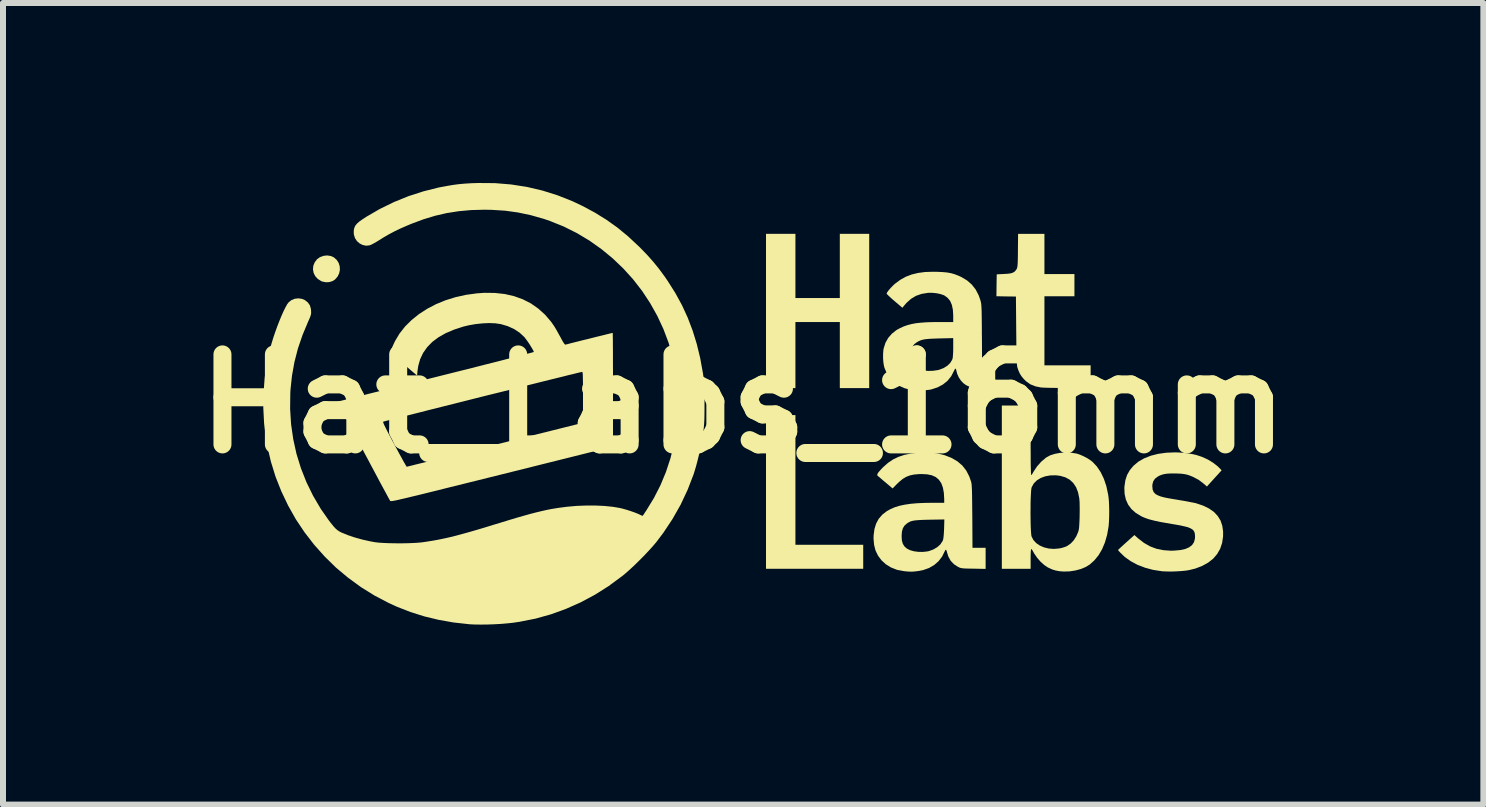
<source format=kicad_pcb>
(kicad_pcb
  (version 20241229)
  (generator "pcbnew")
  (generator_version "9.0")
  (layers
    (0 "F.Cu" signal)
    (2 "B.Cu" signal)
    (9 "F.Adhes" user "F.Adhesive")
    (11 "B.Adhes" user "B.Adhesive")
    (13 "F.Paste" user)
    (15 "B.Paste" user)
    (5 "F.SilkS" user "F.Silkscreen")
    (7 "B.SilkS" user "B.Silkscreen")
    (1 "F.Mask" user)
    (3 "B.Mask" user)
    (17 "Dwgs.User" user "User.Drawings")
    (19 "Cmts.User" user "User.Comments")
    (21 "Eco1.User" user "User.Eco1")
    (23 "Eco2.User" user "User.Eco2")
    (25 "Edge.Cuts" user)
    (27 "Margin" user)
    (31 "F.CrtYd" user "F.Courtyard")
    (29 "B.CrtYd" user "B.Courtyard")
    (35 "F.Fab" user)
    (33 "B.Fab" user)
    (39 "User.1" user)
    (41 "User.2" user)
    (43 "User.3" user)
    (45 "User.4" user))
  (footprint "Hat_Labs_16mm"
    (layer "F.Cu")
    (at 9.336 3.678)
    (property "Reference" "Hat_Labs_16mm" (at 0 0 0) (layer "F.SilkS") (effects (font (size 1.5 1.5) (thickness 0.3))))
    (attr board_only exclude_from_pos_files exclude_from_bom)
    (fp_poly (pts (xy 0.87 1.27) (xy 0.87 2.351) (xy 1.435 2.351) (xy 2 2.351) (xy 2 2.551) (xy 2 2.751) (xy 1.19 2.751) (xy 0.38 2.751) (xy 0.38 1.471) (xy 0.38 0.19) (xy 0.625 0.19) (xy 0.87 0.19)) (stroke (width 0) (type solid)) (fill yes) (layer "F.SilkS"))
    (fp_poly (pts (xy -6.874 -2.462) (xy -6.821 -2.438) (xy -6.773 -2.395) (xy -6.741 -2.344) (xy -6.724 -2.287) (xy -6.722 -2.227) (xy -6.735 -2.169) (xy -6.762 -2.116) (xy -6.803 -2.07) (xy -6.844 -2.044) (xy -6.896 -2.027) (xy -6.954 -2.024) (xy -7.012 -2.035) (xy -7.035 -2.044) (xy -7.092 -2.081) (xy -7.134 -2.128) (xy -7.16 -2.182) (xy -7.17 -2.241) (xy -7.164 -2.301) (xy -7.14 -2.358) (xy -7.102 -2.408) (xy -7.053 -2.443) (xy -6.996 -2.464) (xy -6.934 -2.471)) (stroke (width 0) (type solid)) (fill yes) (layer "F.SilkS"))
    (fp_poly (pts (xy 0.87 -2.296) (xy 0.87 -1.761) (xy 1.24 -1.761) (xy 1.61 -1.761) (xy 1.61 -2.296) (xy 1.61 -2.831) (xy 1.855 -2.831) (xy 2.1 -2.831) (xy 2.1 -1.546) (xy 2.1 -0.26) (xy 1.855 -0.26) (xy 1.61 -0.26) (xy 1.61 -0.81) (xy 1.61 -1.361) (xy 1.24 -1.361) (xy 0.87 -1.361) (xy 0.87 -0.81) (xy 0.87 -0.26) (xy 0.625 -0.26) (xy 0.38 -0.26) (xy 0.38 -1.546) (xy 0.38 -2.831) (xy 0.625 -2.831) (xy 0.87 -2.831)) (stroke (width 0) (type solid)) (fill yes) (layer "F.SilkS"))
    (fp_poly (pts (xy 5.02 -2.496) (xy 5.02 -2.161) (xy 5.27 -2.161) (xy 5.52 -2.161) (xy 5.52 -1.976) (xy 5.52 -1.791) (xy 5.27 -1.791) (xy 5.02 -1.791) (xy 5.02 -1.215) (xy 5.02 -0.64) (xy 5.405 -0.64) (xy 5.79 -0.64) (xy 5.79 -0.45) (xy 5.79 -0.26) (xy 5.407 -0.261) (xy 5.319 -0.262) (xy 5.234 -0.263) (xy 5.156 -0.264) (xy 5.087 -0.265) (xy 5.029 -0.267) (xy 4.986 -0.269) (xy 4.961 -0.271) (xy 4.96 -0.271) (xy 4.867 -0.29) (xy 4.786 -0.323) (xy 4.716 -0.372) (xy 4.675 -0.412) (xy 4.638 -0.457) (xy 4.61 -0.502) (xy 4.587 -0.553) (xy 4.574 -0.59) (xy 4.57 -0.603) (xy 4.566 -0.618) (xy 4.564 -0.637) (xy 4.561 -0.661) (xy 4.559 -0.692) (xy 4.557 -0.732) (xy 4.556 -0.782) (xy 4.554 -0.844) (xy 4.553 -0.919) (xy 4.552 -1.01) (xy 4.551 -1.118) (xy 4.55 -1.215) (xy 4.545 -1.786) (xy 4.382 -1.788) (xy 4.22 -1.791) (xy 4.222 -1.974) (xy 4.225 -2.156) (xy 4.346 -2.162) (xy 4.412 -2.166) (xy 4.461 -2.173) (xy 4.497 -2.185) (xy 4.524 -2.202) (xy 4.545 -2.226) (xy 4.555 -2.241) (xy 4.561 -2.253) (xy 4.565 -2.266) (xy 4.569 -2.283) (xy 4.572 -2.307) (xy 4.574 -2.34) (xy 4.576 -2.384) (xy 4.577 -2.443) (xy 4.578 -2.517) (xy 4.578 -2.554) (xy 4.581 -2.831) (xy 4.801 -2.831) (xy 5.02 -2.831)) (stroke (width 0) (type solid)) (fill yes) (layer "F.SilkS"))
    (fp_poly (pts (xy 4.79 0.61) (xy 4.79 0.734) (xy 4.791 0.846) (xy 4.791 0.944) (xy 4.792 1.026) (xy 4.794 1.094) (xy 4.795 1.144) (xy 4.797 1.176) (xy 4.799 1.19) (xy 4.799 1.19) (xy 4.809 1.182) (xy 4.823 1.161) (xy 4.84 1.131) (xy 4.896 1.046) (xy 4.967 0.966) (xy 5.048 0.898) (xy 5.056 0.893) (xy 5.117 0.86) (xy 5.192 0.836) (xy 5.277 0.82) (xy 5.367 0.813) (xy 5.459 0.816) (xy 5.546 0.829) (xy 5.557 0.831) (xy 5.612 0.849) (xy 5.675 0.877) (xy 5.738 0.91) (xy 5.792 0.946) (xy 5.818 0.966) (xy 5.893 1.045) (xy 5.957 1.14) (xy 6.01 1.25) (xy 6.052 1.374) (xy 6.081 1.51) (xy 6.089 1.566) (xy 6.095 1.629) (xy 6.098 1.706) (xy 6.1 1.791) (xy 6.099 1.877) (xy 6.096 1.957) (xy 6.091 2.026) (xy 6.089 2.046) (xy 6.065 2.184) (xy 6.029 2.31) (xy 5.981 2.425) (xy 5.922 2.525) (xy 5.853 2.61) (xy 5.775 2.68) (xy 5.711 2.72) (xy 5.63 2.754) (xy 5.538 2.779) (xy 5.441 2.794) (xy 5.344 2.797) (xy 5.265 2.791) (xy 5.204 2.779) (xy 5.152 2.763) (xy 5.099 2.739) (xy 5.079 2.73) (xy 5.018 2.689) (xy 4.956 2.634) (xy 4.899 2.568) (xy 4.85 2.497) (xy 4.831 2.463) (xy 4.817 2.438) (xy 4.804 2.423) (xy 4.8 2.421) (xy 4.796 2.431) (xy 4.793 2.458) (xy 4.791 2.502) (xy 4.79 2.56) (xy 4.79 2.586) (xy 4.79 2.751) (xy 4.55 2.751) (xy 4.31 2.751) (xy 4.31 1.824) (xy 4.788 1.824) (xy 4.789 1.906) (xy 4.79 1.984) (xy 4.792 2.056) (xy 4.795 2.118) (xy 4.799 2.168) (xy 4.803 2.202) (xy 4.806 2.213) (xy 4.836 2.272) (xy 4.882 2.322) (xy 4.941 2.363) (xy 5.012 2.394) (xy 5.09 2.413) (xy 5.173 2.42) (xy 5.26 2.413) (xy 5.298 2.406) (xy 5.338 2.395) (xy 5.378 2.381) (xy 5.399 2.371) (xy 5.456 2.332) (xy 5.508 2.277) (xy 5.551 2.21) (xy 5.583 2.136) (xy 5.59 2.11) (xy 5.596 2.079) (xy 5.6 2.032) (xy 5.603 1.973) (xy 5.606 1.907) (xy 5.607 1.836) (xy 5.608 1.765) (xy 5.607 1.698) (xy 5.606 1.639) (xy 5.602 1.592) (xy 5.601 1.577) (xy 5.58 1.476) (xy 5.547 1.391) (xy 5.5 1.321) (xy 5.441 1.266) (xy 5.369 1.227) (xy 5.283 1.202) (xy 5.21 1.193) (xy 5.118 1.195) (xy 5.033 1.21) (xy 4.958 1.238) (xy 4.894 1.277) (xy 4.844 1.327) (xy 4.81 1.387) (xy 4.806 1.398) (xy 4.801 1.423) (xy 4.797 1.464) (xy 4.794 1.52) (xy 4.791 1.587) (xy 4.789 1.662) (xy 4.789 1.742) (xy 4.788 1.824) (xy 4.31 1.824) (xy 4.31 1.391) (xy 4.31 0.03) (xy 4.55 0.03) (xy 4.79 0.03)) (stroke (width 0) (type solid)) (fill yes) (layer "F.SilkS"))
    (fp_poly (pts (xy 7.197 0.811) (xy 7.264 0.813) (xy 7.34 0.82) (xy 7.419 0.829) (xy 7.492 0.841) (xy 7.552 0.855) (xy 7.553 0.855) (xy 7.649 0.887) (xy 7.743 0.93) (xy 7.83 0.983) (xy 7.904 1.04) (xy 7.929 1.064) (xy 7.973 1.11) (xy 7.934 1.153) (xy 7.912 1.178) (xy 7.88 1.212) (xy 7.844 1.252) (xy 7.811 1.288) (xy 7.728 1.38) (xy 7.677 1.335) (xy 7.592 1.27) (xy 7.493 1.218) (xy 7.431 1.193) (xy 7.391 1.181) (xy 7.351 1.173) (xy 7.306 1.167) (xy 7.249 1.164) (xy 7.226 1.163) (xy 7.135 1.162) (xy 7.06 1.166) (xy 6.998 1.177) (xy 6.946 1.195) (xy 6.909 1.214) (xy 6.862 1.25) (xy 6.833 1.294) (xy 6.819 1.348) (xy 6.818 1.373) (xy 6.823 1.431) (xy 6.841 1.474) (xy 6.873 1.507) (xy 6.904 1.524) (xy 6.927 1.534) (xy 6.95 1.543) (xy 6.976 1.551) (xy 7.007 1.559) (xy 7.046 1.568) (xy 7.095 1.577) (xy 7.158 1.588) (xy 7.237 1.601) (xy 7.265 1.606) (xy 7.334 1.617) (xy 7.4 1.629) (xy 7.459 1.641) (xy 7.508 1.65) (xy 7.543 1.658) (xy 7.55 1.66) (xy 7.666 1.699) (xy 7.764 1.747) (xy 7.845 1.804) (xy 7.908 1.871) (xy 7.955 1.948) (xy 7.984 2.034) (xy 7.998 2.132) (xy 7.997 2.214) (xy 7.981 2.321) (xy 7.948 2.419) (xy 7.898 2.506) (xy 7.832 2.583) (xy 7.749 2.648) (xy 7.65 2.703) (xy 7.536 2.747) (xy 7.435 2.772) (xy 7.376 2.782) (xy 7.302 2.789) (xy 7.221 2.794) (xy 7.137 2.797) (xy 7.058 2.796) (xy 6.988 2.793) (xy 6.972 2.791) (xy 6.83 2.769) (xy 6.696 2.733) (xy 6.571 2.685) (xy 6.459 2.625) (xy 6.36 2.555) (xy 6.28 2.478) (xy 6.245 2.438) (xy 6.31 2.378) (xy 6.349 2.342) (xy 6.395 2.301) (xy 6.438 2.262) (xy 6.447 2.254) (xy 6.52 2.189) (xy 6.581 2.244) (xy 6.678 2.319) (xy 6.779 2.377) (xy 6.886 2.417) (xy 7.002 2.441) (xy 7.128 2.45) (xy 7.185 2.448) (xy 7.285 2.439) (xy 7.367 2.421) (xy 7.432 2.393) (xy 7.481 2.355) (xy 7.513 2.307) (xy 7.528 2.249) (xy 7.53 2.218) (xy 7.528 2.179) (xy 7.522 2.146) (xy 7.509 2.119) (xy 7.487 2.096) (xy 7.455 2.077) (xy 7.412 2.059) (xy 7.354 2.044) (xy 7.281 2.028) (xy 7.191 2.012) (xy 7.153 2.006) (xy 7.044 1.987) (xy 6.953 1.971) (xy 6.876 1.955) (xy 6.811 1.939) (xy 6.755 1.924) (xy 6.707 1.907) (xy 6.662 1.889) (xy 6.633 1.875) (xy 6.544 1.821) (xy 6.471 1.757) (xy 6.415 1.682) (xy 6.377 1.597) (xy 6.356 1.503) (xy 6.352 1.398) (xy 6.354 1.376) (xy 6.369 1.275) (xy 6.398 1.186) (xy 6.444 1.106) (xy 6.507 1.031) (xy 6.509 1.03) (xy 6.588 0.964) (xy 6.683 0.91) (xy 6.792 0.867) (xy 6.914 0.836) (xy 7.049 0.817) (xy 7.194 0.811)) (stroke (width 0) (type solid)) (fill yes) (layer "F.SilkS"))
    (fp_poly (pts (xy 3.232 0.827) (xy 3.353 0.857) (xy 3.469 0.902) (xy 3.479 0.907) (xy 3.572 0.962) (xy 3.652 1.031) (xy 3.717 1.114) (xy 3.767 1.211) (xy 3.797 1.296) (xy 3.801 1.311) (xy 3.804 1.329) (xy 3.807 1.352) (xy 3.809 1.382) (xy 3.811 1.419) (xy 3.813 1.467) (xy 3.814 1.526) (xy 3.815 1.599) (xy 3.816 1.686) (xy 3.817 1.791) (xy 3.818 1.878) (xy 3.821 2.401) (xy 3.931 2.401) (xy 4.04 2.401) (xy 4.04 2.577) (xy 4.04 2.753) (xy 3.837 2.749) (xy 3.769 2.748) (xy 3.716 2.747) (xy 3.678 2.745) (xy 3.649 2.742) (xy 3.627 2.738) (xy 3.608 2.732) (xy 3.59 2.724) (xy 3.58 2.719) (xy 3.512 2.675) (xy 3.457 2.617) (xy 3.418 2.546) (xy 3.399 2.484) (xy 3.389 2.449) (xy 3.38 2.434) (xy 3.37 2.437) (xy 3.359 2.458) (xy 3.315 2.547) (xy 3.256 2.624) (xy 3.183 2.688) (xy 3.097 2.738) (xy 2.998 2.773) (xy 2.928 2.787) (xy 2.866 2.795) (xy 2.813 2.799) (xy 2.76 2.798) (xy 2.7 2.793) (xy 2.676 2.79) (xy 2.565 2.769) (xy 2.465 2.73) (xy 2.377 2.676) (xy 2.303 2.608) (xy 2.246 2.531) (xy 2.205 2.446) (xy 2.181 2.352) (xy 2.172 2.246) (xy 2.173 2.209) (xy 2.64 2.209) (xy 2.644 2.278) (xy 2.659 2.332) (xy 2.684 2.375) (xy 2.722 2.41) (xy 2.726 2.413) (xy 2.778 2.44) (xy 2.844 2.459) (xy 2.917 2.469) (xy 2.994 2.47) (xy 3.068 2.462) (xy 3.095 2.456) (xy 3.17 2.429) (xy 3.235 2.39) (xy 3.287 2.343) (xy 3.323 2.288) (xy 3.33 2.271) (xy 3.335 2.248) (xy 3.34 2.209) (xy 3.344 2.158) (xy 3.347 2.1) (xy 3.348 2.082) (xy 3.352 1.929) (xy 3.109 1.933) (xy 3.02 1.935) (xy 2.949 1.938) (xy 2.893 1.942) (xy 2.848 1.947) (xy 2.811 1.955) (xy 2.781 1.965) (xy 2.755 1.979) (xy 2.728 1.996) (xy 2.723 2) (xy 2.685 2.035) (xy 2.66 2.078) (xy 2.645 2.133) (xy 2.64 2.203) (xy 2.64 2.209) (xy 2.173 2.209) (xy 2.173 2.196) (xy 2.187 2.09) (xy 2.215 1.998) (xy 2.259 1.917) (xy 2.32 1.847) (xy 2.397 1.788) (xy 2.456 1.756) (xy 2.525 1.726) (xy 2.602 1.702) (xy 2.69 1.683) (xy 2.791 1.668) (xy 2.905 1.658) (xy 3.036 1.653) (xy 3.178 1.651) (xy 3.35 1.651) (xy 3.35 1.593) (xy 3.344 1.487) (xy 3.328 1.398) (xy 3.301 1.325) (xy 3.261 1.267) (xy 3.21 1.223) (xy 3.144 1.193) (xy 3.065 1.177) (xy 2.97 1.172) (xy 2.934 1.173) (xy 2.849 1.18) (xy 2.778 1.195) (xy 2.716 1.219) (xy 2.658 1.254) (xy 2.599 1.303) (xy 2.557 1.343) (xy 2.49 1.412) (xy 2.374 1.314) (xy 2.332 1.279) (xy 2.295 1.247) (xy 2.266 1.222) (xy 2.247 1.207) (xy 2.242 1.203) (xy 2.234 1.191) (xy 2.236 1.173) (xy 2.25 1.148) (xy 2.278 1.115) (xy 2.319 1.071) (xy 2.335 1.055) (xy 2.413 0.986) (xy 2.496 0.93) (xy 2.586 0.886) (xy 2.686 0.853) (xy 2.799 0.83) (xy 2.927 0.816) (xy 2.96 0.814) (xy 3.101 0.813)) (stroke (width 0) (type solid)) (fill yes) (layer "F.SilkS"))
    (fp_poly (pts (xy 3.228 -2.198) (xy 3.32 -2.194) (xy 3.397 -2.187) (xy 3.464 -2.175) (xy 3.526 -2.157) (xy 3.588 -2.133) (xy 3.638 -2.11) (xy 3.731 -2.054) (xy 3.81 -1.985) (xy 3.874 -1.903) (xy 3.924 -1.807) (xy 3.951 -1.731) (xy 3.956 -1.713) (xy 3.96 -1.696) (xy 3.964 -1.678) (xy 3.967 -1.657) (xy 3.969 -1.63) (xy 3.971 -1.596) (xy 3.973 -1.554) (xy 3.974 -1.501) (xy 3.975 -1.435) (xy 3.976 -1.355) (xy 3.977 -1.259) (xy 3.977 -1.145) (xy 3.978 -1.138) (xy 3.981 -0.62) (xy 4.091 -0.62) (xy 4.2 -0.62) (xy 4.2 -0.439) (xy 4.2 -0.258) (xy 4.013 -0.263) (xy 3.931 -0.265) (xy 3.866 -0.269) (xy 3.814 -0.275) (xy 3.773 -0.284) (xy 3.738 -0.297) (xy 3.706 -0.315) (xy 3.675 -0.337) (xy 3.671 -0.34) (xy 3.63 -0.383) (xy 3.593 -0.438) (xy 3.566 -0.498) (xy 3.553 -0.549) (xy 3.546 -0.577) (xy 3.537 -0.586) (xy 3.526 -0.574) (xy 3.511 -0.544) (xy 3.466 -0.457) (xy 3.405 -0.382) (xy 3.33 -0.321) (xy 3.241 -0.273) (xy 3.141 -0.24) (xy 3.122 -0.235) (xy 3.069 -0.228) (xy 3.003 -0.223) (xy 2.933 -0.222) (xy 2.865 -0.224) (xy 2.807 -0.229) (xy 2.798 -0.23) (xy 2.692 -0.257) (xy 2.598 -0.299) (xy 2.516 -0.355) (xy 2.447 -0.425) (xy 2.393 -0.506) (xy 2.354 -0.598) (xy 2.345 -0.633) (xy 2.336 -0.69) (xy 2.331 -0.758) (xy 2.331 -0.812) (xy 2.8 -0.812) (xy 2.801 -0.761) (xy 2.805 -0.723) (xy 2.812 -0.694) (xy 2.82 -0.675) (xy 2.85 -0.632) (xy 2.895 -0.595) (xy 2.945 -0.57) (xy 3.009 -0.554) (xy 3.084 -0.546) (xy 3.164 -0.549) (xy 3.242 -0.56) (xy 3.27 -0.567) (xy 3.34 -0.594) (xy 3.401 -0.632) (xy 3.449 -0.678) (xy 3.481 -0.73) (xy 3.488 -0.749) (xy 3.493 -0.774) (xy 3.496 -0.814) (xy 3.499 -0.866) (xy 3.5 -0.925) (xy 3.5 -0.94) (xy 3.5 -1.093) (xy 3.272 -1.088) (xy 3.185 -1.085) (xy 3.114 -1.082) (xy 3.057 -1.077) (xy 3.012 -1.071) (xy 2.974 -1.062) (xy 2.942 -1.05) (xy 2.911 -1.035) (xy 2.892 -1.023) (xy 2.853 -0.994) (xy 2.826 -0.958) (xy 2.809 -0.913) (xy 2.801 -0.855) (xy 2.8 -0.812) (xy 2.331 -0.812) (xy 2.331 -0.828) (xy 2.336 -0.892) (xy 2.341 -0.922) (xy 2.37 -1.014) (xy 2.416 -1.096) (xy 2.479 -1.168) (xy 2.557 -1.229) (xy 2.612 -1.259) (xy 2.673 -1.287) (xy 2.736 -1.309) (xy 2.803 -1.327) (xy 2.876 -1.341) (xy 2.958 -1.35) (xy 3.053 -1.357) (xy 3.162 -1.36) (xy 3.262 -1.361) (xy 3.5 -1.361) (xy 3.5 -1.47) (xy 3.494 -1.567) (xy 3.477 -1.648) (xy 3.448 -1.714) (xy 3.406 -1.765) (xy 3.352 -1.804) (xy 3.336 -1.811) (xy 3.285 -1.828) (xy 3.222 -1.841) (xy 3.154 -1.848) (xy 3.09 -1.848) (xy 3.075 -1.847) (xy 2.972 -1.83) (xy 2.88 -1.798) (xy 2.797 -1.748) (xy 2.721 -1.68) (xy 2.684 -1.637) (xy 2.653 -1.599) (xy 2.521 -1.711) (xy 2.478 -1.748) (xy 2.441 -1.782) (xy 2.413 -1.809) (xy 2.395 -1.827) (xy 2.39 -1.834) (xy 2.397 -1.852) (xy 2.416 -1.88) (xy 2.444 -1.914) (xy 2.478 -1.95) (xy 2.514 -1.986) (xy 2.533 -2.002) (xy 2.618 -2.065) (xy 2.708 -2.115) (xy 2.806 -2.153) (xy 2.913 -2.179) (xy 3.032 -2.195) (xy 3.165 -2.199)) (stroke (width 0) (type solid)) (fill yes) (layer "F.SilkS"))
    (fp_poly (pts (xy -4.139 -1.846) (xy -3.974 -1.828) (xy -3.818 -1.792) (xy -3.673 -1.74) (xy -3.538 -1.671) (xy -3.415 -1.585) (xy -3.302 -1.483) (xy -3.201 -1.365) (xy -3.157 -1.302) (xy -3.138 -1.272) (xy -3.113 -1.23) (xy -3.085 -1.179) (xy -3.056 -1.127) (xy -3.048 -1.113) (xy -3.019 -1.059) (xy -2.997 -1.021) (xy -2.981 -0.998) (xy -2.97 -0.986) (xy -2.962 -0.985) (xy -2.947 -0.988) (xy -2.916 -0.996) (xy -2.872 -1.008) (xy -2.816 -1.022) (xy -2.752 -1.038) (xy -2.681 -1.056) (xy -2.606 -1.074) (xy -2.53 -1.093) (xy -2.456 -1.112) (xy -2.385 -1.129) (xy -2.32 -1.145) (xy -2.265 -1.159) (xy -2.22 -1.17) (xy -2.19 -1.177) (xy -2.176 -1.18) (xy -2.175 -1.18) (xy -2.174 -1.171) (xy -2.174 -1.142) (xy -2.173 -1.097) (xy -2.172 -1.035) (xy -2.172 -0.959) (xy -2.171 -0.87) (xy -2.171 -0.769) (xy -2.171 -0.658) (xy -2.17 -0.537) (xy -2.17 -0.409) (xy -2.17 -0.275) (xy -2.17 -0.233) (xy -2.17 0.715) (xy -4.021 1.177) (xy -4.243 1.232) (xy -4.447 1.283) (xy -4.633 1.329) (xy -4.803 1.371) (xy -4.956 1.409) (xy -5.094 1.444) (xy -5.217 1.474) (xy -5.326 1.501) (xy -5.423 1.525) (xy -5.508 1.545) (xy -5.581 1.563) (xy -5.644 1.578) (xy -5.698 1.59) (xy -5.742 1.601) (xy -5.779 1.609) (xy -5.808 1.615) (xy -5.832 1.619) (xy -5.849 1.622) (xy -5.862 1.623) (xy -5.871 1.623) (xy -5.877 1.622) (xy -5.881 1.621) (xy -5.883 1.619) (xy -5.885 1.617) (xy -5.895 1.599) (xy -5.913 1.567) (xy -5.938 1.52) (xy -5.97 1.461) (xy -6.008 1.391) (xy -6.051 1.312) (xy -6.097 1.225) (xy -6.147 1.131) (xy -6.2 1.032) (xy -6.254 0.93) (xy -6.31 0.826) (xy -6.365 0.721) (xy -6.42 0.618) (xy -6.474 0.517) (xy -6.525 0.42) (xy -6.573 0.328) (xy -6.585 0.307) (xy -6.001 0.307) (xy -5.996 0.323) (xy -5.985 0.35) (xy -5.966 0.389) (xy -5.94 0.441) (xy -5.906 0.507) (xy -5.863 0.588) (xy -5.814 0.679) (xy -5.772 0.758) (xy -5.732 0.832) (xy -5.696 0.897) (xy -5.665 0.954) (xy -5.639 0.999) (xy -5.621 1.031) (xy -5.61 1.048) (xy -5.608 1.05) (xy -5.597 1.048) (xy -5.569 1.041) (xy -5.522 1.03) (xy -5.46 1.014) (xy -5.383 0.995) (xy -5.291 0.973) (xy -5.187 0.947) (xy -5.071 0.918) (xy -4.943 0.886) (xy -4.806 0.852) (xy -4.66 0.815) (xy -4.507 0.777) (xy -4.346 0.737) (xy -4.181 0.695) (xy -4.135 0.684) (xy -2.67 0.318) (xy -2.67 -0.106) (xy -2.67 -0.21) (xy -2.67 -0.296) (xy -2.671 -0.366) (xy -2.672 -0.42) (xy -2.673 -0.461) (xy -2.674 -0.491) (xy -2.676 -0.511) (xy -2.679 -0.523) (xy -2.682 -0.529) (xy -2.685 -0.53) (xy -2.697 -0.528) (xy -2.727 -0.521) (xy -2.773 -0.51) (xy -2.836 -0.494) (xy -2.913 -0.476) (xy -3.003 -0.453) (xy -3.105 -0.428) (xy -3.218 -0.4) (xy -3.34 -0.37) (xy -3.471 -0.337) (xy -3.609 -0.303) (xy -3.753 -0.267) (xy -3.902 -0.229) (xy -4.054 -0.191) (xy -4.209 -0.153) (xy -4.365 -0.114) (xy -4.52 -0.075) (xy -4.674 -0.036) (xy -4.825 0.002) (xy -4.973 0.039) (xy -5.115 0.075) (xy -5.252 0.109) (xy -5.38 0.142) (xy -5.5 0.172) (xy -5.61 0.2) (xy -5.709 0.225) (xy -5.796 0.247) (xy -5.869 0.266) (xy -5.927 0.28) (xy -5.969 0.291) (xy -5.994 0.298) (xy -6 0.3) (xy -6.001 0.307) (xy -6.585 0.307) (xy -6.618 0.244) (xy -6.658 0.168) (xy -6.693 0.102) (xy -6.721 0.047) (xy -6.743 0.005) (xy -6.756 -0.022) (xy -6.761 -0.033) (xy -6.761 -0.034) (xy -6.751 -0.036) (xy -6.723 -0.044) (xy -6.677 -0.055) (xy -6.614 -0.071) (xy -6.536 -0.091) (xy -6.444 -0.114) (xy -6.339 -0.14) (xy -6.221 -0.17) (xy -6.091 -0.202) (xy -5.952 -0.237) (xy -5.803 -0.275) (xy -5.646 -0.314) (xy -5.481 -0.355) (xy -5.31 -0.398) (xy -5.134 -0.442) (xy -5.122 -0.445) (xy -4.946 -0.489) (xy -4.775 -0.532) (xy -4.61 -0.573) (xy -4.453 -0.613) (xy -4.304 -0.651) (xy -4.164 -0.686) (xy -4.034 -0.719) (xy -3.916 -0.75) (xy -3.81 -0.777) (xy -3.718 -0.801) (xy -3.639 -0.821) (xy -3.577 -0.838) (xy -3.53 -0.85) (xy -3.501 -0.859) (xy -3.49 -0.862) (xy -3.49 -0.863) (xy -3.495 -0.879) (xy -3.51 -0.907) (xy -3.532 -0.944) (xy -3.558 -0.986) (xy -3.586 -1.028) (xy -3.614 -1.067) (xy -3.639 -1.1) (xy -3.65 -1.113) (xy -3.728 -1.185) (xy -3.821 -1.246) (xy -3.926 -1.293) (xy -4.041 -1.327) (xy -4.044 -1.327) (xy -4.132 -1.34) (xy -4.234 -1.344) (xy -4.344 -1.339) (xy -4.459 -1.327) (xy -4.573 -1.307) (xy -4.665 -1.285) (xy -4.821 -1.234) (xy -4.959 -1.175) (xy -5.08 -1.106) (xy -5.183 -1.029) (xy -5.267 -0.942) (xy -5.335 -0.846) (xy -5.384 -0.742) (xy -5.416 -0.628) (xy -5.428 -0.547) (xy -5.435 -0.469) (xy -5.655 -0.656) (xy -5.711 -0.704) (xy -5.763 -0.747) (xy -5.807 -0.785) (xy -5.842 -0.815) (xy -5.866 -0.835) (xy -5.878 -0.845) (xy -5.879 -0.846) (xy -5.878 -0.858) (xy -5.871 -0.884) (xy -5.858 -0.921) (xy -5.84 -0.963) (xy -5.819 -1.009) (xy -5.802 -1.045) (xy -5.727 -1.17) (xy -5.635 -1.287) (xy -5.526 -1.395) (xy -5.404 -1.493) (xy -5.268 -1.581) (xy -5.121 -1.658) (xy -4.963 -1.723) (xy -4.796 -1.775) (xy -4.621 -1.814) (xy -4.44 -1.839) (xy -4.314 -1.848)) (stroke (width 0) (type solid)) (fill yes) (layer "F.SilkS"))
    (fp_poly (pts (xy -4.137 -3.676) (xy -3.869 -3.654) (xy -3.605 -3.613) (xy -3.345 -3.552) (xy -3.091 -3.472) (xy -2.842 -3.373) (xy -2.68 -3.296) (xy -2.472 -3.185) (xy -2.279 -3.065) (xy -2.096 -2.935) (xy -1.921 -2.791) (xy -1.748 -2.63) (xy -1.714 -2.597) (xy -1.599 -2.478) (xy -1.497 -2.363) (xy -1.403 -2.247) (xy -1.313 -2.125) (xy -1.258 -2.045) (xy -1.131 -1.844) (xy -1.02 -1.641) (xy -0.925 -1.434) (xy -0.843 -1.219) (xy -0.774 -0.996) (xy -0.717 -0.761) (xy -0.672 -0.512) (xy -0.658 -0.42) (xy -0.653 -0.372) (xy -0.65 -0.304) (xy -0.647 -0.218) (xy -0.645 -0.112) (xy -0.645 0) (xy -0.645 0.098) (xy -0.646 0.18) (xy -0.647 0.25) (xy -0.65 0.311) (xy -0.654 0.367) (xy -0.659 0.422) (xy -0.667 0.479) (xy -0.676 0.544) (xy -0.689 0.618) (xy -0.691 0.635) (xy -0.704 0.703) (xy -0.721 0.783) (xy -0.742 0.871) (xy -0.764 0.96) (xy -0.787 1.046) (xy -0.81 1.123) (xy -0.828 1.18) (xy -0.927 1.436) (xy -1.043 1.683) (xy -1.178 1.921) (xy -1.33 2.15) (xy -1.447 2.305) (xy -1.506 2.375) (xy -1.578 2.454) (xy -1.657 2.538) (xy -1.742 2.623) (xy -1.827 2.706) (xy -1.91 2.782) (xy -1.986 2.848) (xy -2.02 2.875) (xy -2.241 3.038) (xy -2.47 3.183) (xy -2.708 3.31) (xy -2.953 3.419) (xy -3.204 3.51) (xy -3.462 3.582) (xy -3.725 3.634) (xy -3.84 3.651) (xy -3.935 3.661) (xy -4.041 3.67) (xy -4.152 3.676) (xy -4.264 3.68) (xy -4.372 3.681) (xy -4.471 3.68) (xy -4.555 3.676) (xy -4.565 3.675) (xy -4.827 3.646) (xy -5.076 3.602) (xy -5.316 3.544) (xy -5.548 3.471) (xy -5.777 3.381) (xy -5.908 3.321) (xy -6.145 3.197) (xy -6.37 3.057) (xy -6.584 2.901) (xy -6.786 2.732) (xy -6.974 2.548) (xy -7.149 2.352) (xy -7.309 2.145) (xy -7.455 1.927) (xy -7.584 1.698) (xy -7.697 1.461) (xy -7.794 1.216) (xy -7.872 0.963) (xy -7.932 0.704) (xy -7.955 0.575) (xy -7.985 0.323) (xy -7.998 0.067) (xy -7.994 -0.189) (xy -7.973 -0.444) (xy -7.935 -0.694) (xy -7.88 -0.935) (xy -7.879 -0.94) (xy -7.854 -1.026) (xy -7.826 -1.116) (xy -7.794 -1.209) (xy -7.761 -1.3) (xy -7.726 -1.389) (xy -7.692 -1.471) (xy -7.659 -1.545) (xy -7.628 -1.607) (xy -7.601 -1.656) (xy -7.577 -1.688) (xy -7.576 -1.689) (xy -7.53 -1.726) (xy -7.474 -1.749) (xy -7.413 -1.756) (xy -7.353 -1.747) (xy -7.307 -1.728) (xy -7.257 -1.689) (xy -7.223 -1.642) (xy -7.205 -1.583) (xy -7.202 -1.551) (xy -7.201 -1.522) (xy -7.202 -1.497) (xy -7.208 -1.473) (xy -7.218 -1.443) (xy -7.235 -1.403) (xy -7.249 -1.373) (xy -7.344 -1.145) (xy -7.421 -0.92) (xy -7.479 -0.695) (xy -7.52 -0.466) (xy -7.545 -0.232) (xy -7.548 -0.17) (xy -7.551 0.087) (xy -7.535 0.341) (xy -7.499 0.591) (xy -7.445 0.836) (xy -7.371 1.075) (xy -7.279 1.308) (xy -7.169 1.533) (xy -7.041 1.751) (xy -6.905 1.946) (xy -6.859 2.005) (xy -6.822 2.05) (xy -6.79 2.084) (xy -6.76 2.109) (xy -6.728 2.13) (xy -6.695 2.147) (xy -6.59 2.19) (xy -6.471 2.23) (xy -6.344 2.265) (xy -6.214 2.294) (xy -6.138 2.308) (xy -6.08 2.315) (xy -6.006 2.32) (xy -5.92 2.324) (xy -5.826 2.326) (xy -5.728 2.327) (xy -5.63 2.326) (xy -5.536 2.323) (xy -5.451 2.319) (xy -5.377 2.313) (xy -5.335 2.308) (xy -5.25 2.295) (xy -5.169 2.282) (xy -5.091 2.268) (xy -5.013 2.252) (xy -4.934 2.235) (xy -4.851 2.216) (xy -4.763 2.193) (xy -4.667 2.167) (xy -4.562 2.138) (xy -4.445 2.104) (xy -4.314 2.065) (xy -4.168 2.02) (xy -4.055 1.986) (xy -3.905 1.94) (xy -3.772 1.9) (xy -3.653 1.866) (xy -3.546 1.836) (xy -3.449 1.811) (xy -3.361 1.79) (xy -3.277 1.771) (xy -3.197 1.755) (xy -3.118 1.742) (xy -3.088 1.737) (xy -2.934 1.717) (xy -2.776 1.703) (xy -2.616 1.697) (xy -2.46 1.697) (xy -2.312 1.704) (xy -2.174 1.718) (xy -2.06 1.737) (xy -2.006 1.75) (xy -1.943 1.768) (xy -1.877 1.789) (xy -1.814 1.811) (xy -1.76 1.832) (xy -1.727 1.847) (xy -1.7 1.86) (xy -1.681 1.868) (xy -1.675 1.869) (xy -1.669 1.86) (xy -1.654 1.838) (xy -1.633 1.806) (xy -1.613 1.776) (xy -1.487 1.57) (xy -1.379 1.358) (xy -1.288 1.139) (xy -1.213 0.911) (xy -1.153 0.672) (xy -1.109 0.421) (xy -1.098 0.34) (xy -1.089 0.235) (xy -1.084 0.115) (xy -1.084 -0.014) (xy -1.088 -0.149) (xy -1.097 -0.283) (xy -1.109 -0.413) (xy -1.126 -0.534) (xy -1.127 -0.54) (xy -1.176 -0.781) (xy -1.244 -1.017) (xy -1.33 -1.245) (xy -1.433 -1.466) (xy -1.552 -1.678) (xy -1.686 -1.881) (xy -1.835 -2.073) (xy -1.998 -2.253) (xy -2.174 -2.421) (xy -2.362 -2.576) (xy -2.561 -2.717) (xy -2.771 -2.843) (xy -2.991 -2.953) (xy -3.22 -3.045) (xy -3.325 -3.081) (xy -3.54 -3.142) (xy -3.754 -3.187) (xy -3.97 -3.217) (xy -4.194 -3.231) (xy -4.32 -3.233) (xy -4.537 -3.227) (xy -4.742 -3.208) (xy -4.94 -3.177) (xy -5.135 -3.132) (xy -5.332 -3.072) (xy -5.533 -2.997) (xy -5.6 -2.969) (xy -5.712 -2.92) (xy -5.81 -2.873) (xy -5.901 -2.825) (xy -5.991 -2.773) (xy -6.069 -2.724) (xy -6.115 -2.696) (xy -6.159 -2.671) (xy -6.196 -2.652) (xy -6.221 -2.641) (xy -6.224 -2.64) (xy -6.284 -2.633) (xy -6.341 -2.645) (xy -6.393 -2.671) (xy -6.437 -2.71) (xy -6.47 -2.759) (xy -6.488 -2.817) (xy -6.491 -2.855) (xy -6.489 -2.898) (xy -6.48 -2.934) (xy -6.464 -2.968) (xy -6.438 -3) (xy -6.4 -3.034) (xy -6.348 -3.071) (xy -6.281 -3.115) (xy -6.057 -3.245) (xy -5.822 -3.36) (xy -5.578 -3.459) (xy -5.327 -3.54) (xy -5.071 -3.604) (xy -4.93 -3.63) (xy -4.842 -3.645) (xy -4.763 -3.656) (xy -4.686 -3.664) (xy -4.607 -3.67) (xy -4.518 -3.675) (xy -4.416 -3.678) (xy -4.409 -3.678)) (stroke (width 0) (type solid)) (fill yes) (layer "F.SilkS")))
  (gr_rect
    (start -3 -3)
    (end 21.671 10.359)
    (stroke (width 0.1) (type default))
    (fill no)
    (layer "Edge.Cuts")))
</source>
